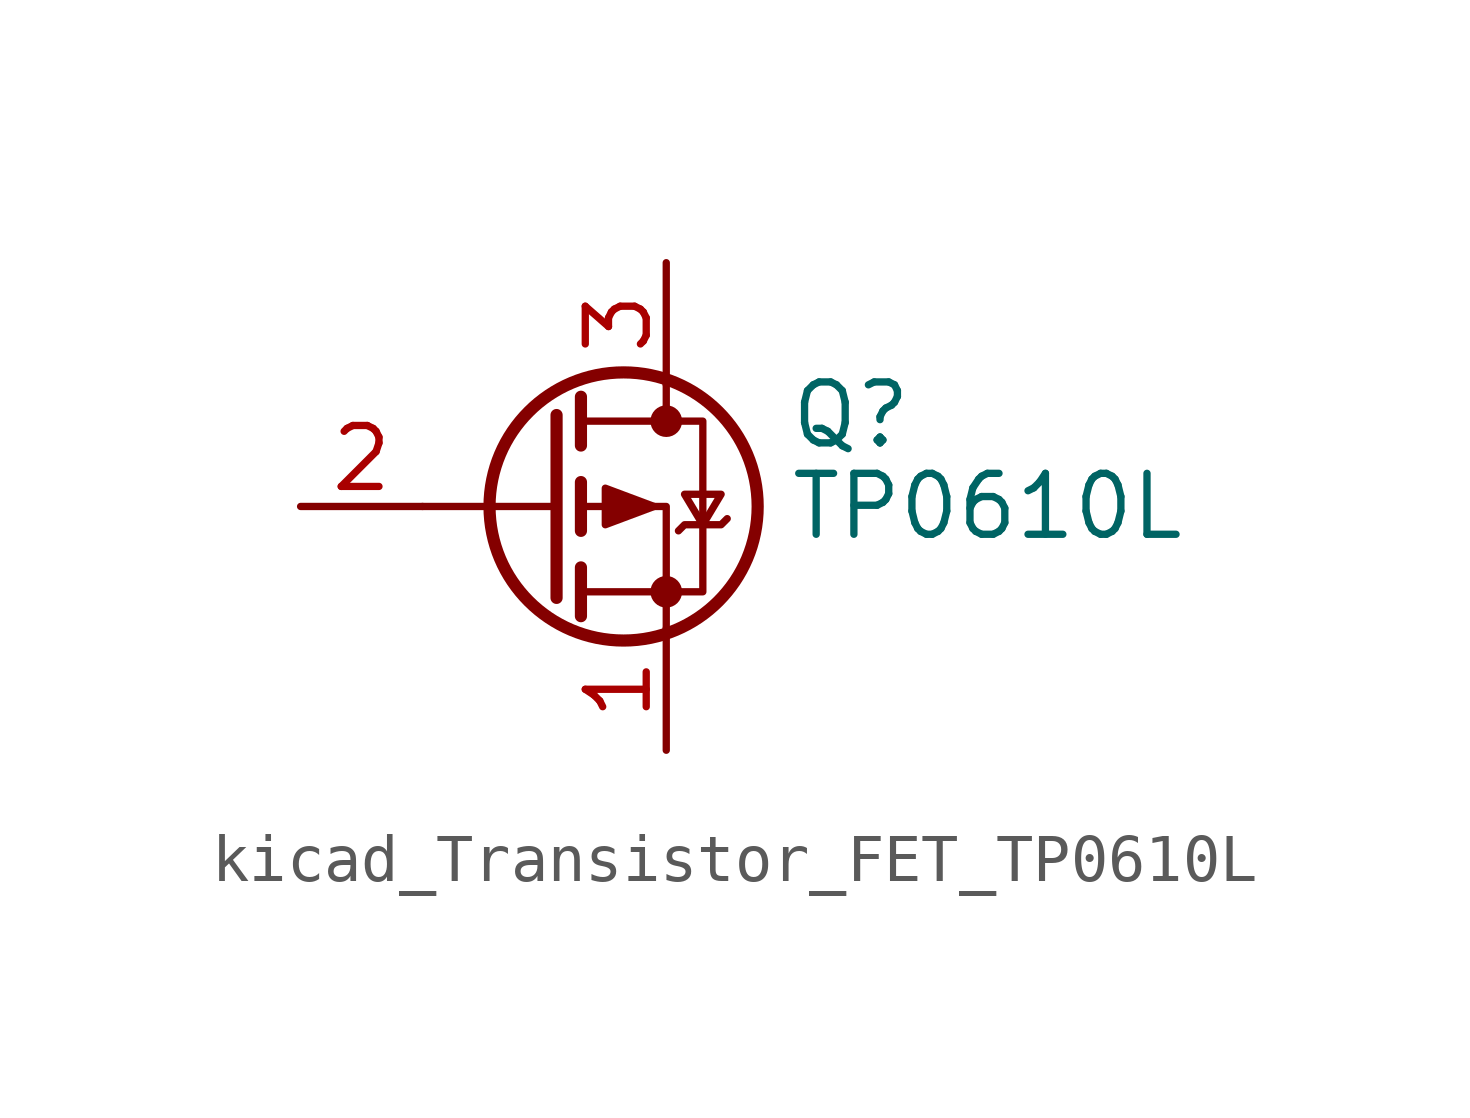
<source format=kicad_sym>
(kicad_symbol_lib
  (version 20220914)
  (generator kicad_symbol_editor)
  (symbol "kicad_Transistor_FET_TP0610L"
    (pin_names hide)
    (property "Reference" "Q"
      (at 5.08 1.905 0)
      (effects (font (size 1.27 1.27)) (justify left)))
    (property "Value" "TP0610L"
      (at 5.08 0 0)
      (effects (font (size 1.27 1.27)) (justify left)))
    (symbol "kicad_Transistor_FET_TP0610L_0_1"
      (polyline (pts (xy 0.254 0) (xy -2.54 0)) (stroke (width 0) (type default)) (fill (type none)))
      (polyline (pts (xy 0.254 1.905) (xy 0.254 -1.905)) (stroke (width 0.254) (type default)) (fill (type none)))
      (polyline (pts (xy 0.762 -1.27) (xy 0.762 -2.286)) (stroke (width 0.254) (type default)) (fill (type none)))
      (polyline (pts (xy 0.762 0.508) (xy 0.762 -0.508)) (stroke (width 0.254) (type default)) (fill (type none)))
      (polyline (pts (xy 0.762 2.286) (xy 0.762 1.27)) (stroke (width 0.254) (type default)) (fill (type none)))
      (polyline (pts (xy 2.54 2.54) (xy 2.54 1.778)) (stroke (width 0) (type default)) (fill (type none)))
      (polyline (pts (xy 2.54 -2.54) (xy 2.54 0) (xy 0.762 0)) (stroke (width 0) (type default)) (fill (type none)))
      (polyline (pts (xy 0.762 1.778) (xy 3.302 1.778) (xy 3.302 -1.778) (xy 0.762 -1.778)) (stroke (width 0) (type default)) (fill (type none)))
      (polyline (pts (xy 2.286 0) (xy 1.27 0.381) (xy 1.27 -0.381) (xy 2.286 0)) (stroke (width 0) (type default)) (fill (type outline)))
      (polyline (pts (xy 2.794 -0.508) (xy 2.921 -0.381) (xy 3.683 -0.381) (xy 3.81 -0.254)) (stroke (width 0) (type default)) (fill (type none)))
      (polyline (pts (xy 3.302 -0.381) (xy 2.921 0.254) (xy 3.683 0.254) (xy 3.302 -0.381)) (stroke (width 0) (type default)) (fill (type none)))
      (circle (center 1.651 0) (radius 2.794) (stroke (width 0.254) (type default)) (fill (type none)))
      (circle (center 2.54 -1.778) (radius 0.254) (stroke (width 0) (type default)) (fill (type outline)))
      (circle (center 2.54 1.778) (radius 0.254) (stroke (width 0) (type default)) (fill (type outline))))
    (symbol "kicad_Transistor_FET_TP0610L_1_1"
      (pin passive line (at 2.54 -5.08 90) (length 2.54) (name "S" (effects (font (size 1.27 1.27)))) (number "1" (effects (font (size 1.27 1.27)))))
      (pin input line (at -5.08 0 0) (length 2.54) (name "G" (effects (font (size 1.27 1.27)))) (number "2" (effects (font (size 1.27 1.27)))))
      (pin passive line (at 2.54 5.08 270) (length 2.54) (name "D" (effects (font (size 1.27 1.27)))) (number "3" (effects (font (size 1.27 1.27))))))))
</source>
